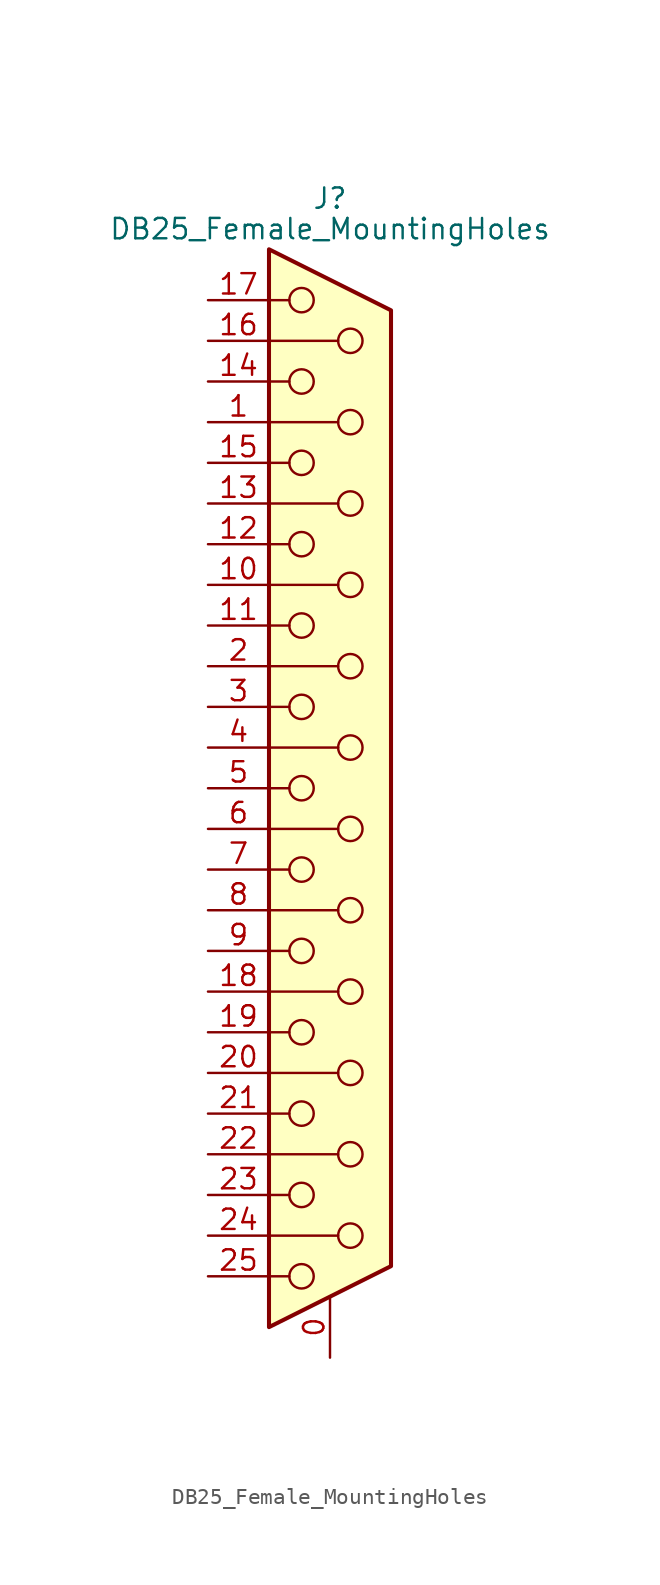
<source format=kicad_sym>
(kicad_symbol_lib
  (version 20211014)
  (generator kicad_symbol_editor)
  (symbol "DB25_Female_MountingHoles"
    (pin_names
      (offset 1.016) hide)
    (property "Reference" "J"
      (at 0 36.83 0)
      (effects (font (size 1.27 1.27))))
    (property "Value" "DB25_Female_MountingHoles"
      (at 0 34.925 0)
      (effects (font (size 1.27 1.27))))
    (symbol "DB25_Female_MountingHoles_0_1"
      (circle (center -1.778 -30.48) (radius 0.762) (stroke (width 0) (type default) (color 0 0 0 0)) (fill (type none)))
      (circle (center -1.778 -25.4) (radius 0.762) (stroke (width 0) (type default) (color 0 0 0 0)) (fill (type none)))
      (circle (center -1.778 -20.32) (radius 0.762) (stroke (width 0) (type default) (color 0 0 0 0)) (fill (type none)))
      (circle (center -1.778 -15.24) (radius 0.762) (stroke (width 0) (type default) (color 0 0 0 0)) (fill (type none)))
      (circle (center -1.778 -10.16) (radius 0.762) (stroke (width 0) (type default) (color 0 0 0 0)) (fill (type none)))
      (circle (center -1.778 -5.08) (radius 0.762) (stroke (width 0) (type default) (color 0 0 0 0)) (fill (type none)))
      (circle (center -1.778 0) (radius 0.762) (stroke (width 0) (type default) (color 0 0 0 0)) (fill (type none)))
      (circle (center -1.778 5.08) (radius 0.762) (stroke (width 0) (type default) (color 0 0 0 0)) (fill (type none)))
      (circle (center -1.778 10.16) (radius 0.762) (stroke (width 0) (type default) (color 0 0 0 0)) (fill (type none)))
      (circle (center -1.778 15.24) (radius 0.762) (stroke (width 0) (type default) (color 0 0 0 0)) (fill (type none)))
      (circle (center -1.778 20.32) (radius 0.762) (stroke (width 0) (type default) (color 0 0 0 0)) (fill (type none)))
      (circle (center -1.778 25.4) (radius 0.762) (stroke (width 0) (type default) (color 0 0 0 0)) (fill (type none)))
      (circle (center -1.778 30.48) (radius 0.762) (stroke (width 0) (type default) (color 0 0 0 0)) (fill (type none)))
      (polyline (pts (xy -3.81 -30.48) (xy -2.54 -30.48)) (stroke (width 0) (type default) (color 0 0 0 0)) (fill (type none)))
      (polyline (pts (xy -3.81 -27.94) (xy 0.508 -27.94)) (stroke (width 0) (type default) (color 0 0 0 0)) (fill (type none)))
      (polyline (pts (xy -3.81 -25.4) (xy -2.54 -25.4)) (stroke (width 0) (type default) (color 0 0 0 0)) (fill (type none)))
      (polyline (pts (xy -3.81 -22.86) (xy 0.508 -22.86)) (stroke (width 0) (type default) (color 0 0 0 0)) (fill (type none)))
      (polyline (pts (xy -3.81 -20.32) (xy -2.54 -20.32)) (stroke (width 0) (type default) (color 0 0 0 0)) (fill (type none)))
      (polyline (pts (xy -3.81 -17.78) (xy 0.508 -17.78)) (stroke (width 0) (type default) (color 0 0 0 0)) (fill (type none)))
      (polyline (pts (xy -3.81 -15.24) (xy -2.54 -15.24)) (stroke (width 0) (type default) (color 0 0 0 0)) (fill (type none)))
      (polyline (pts (xy -3.81 -12.7) (xy 0.508 -12.7)) (stroke (width 0) (type default) (color 0 0 0 0)) (fill (type none)))
      (polyline (pts (xy -3.81 -10.16) (xy -2.54 -10.16)) (stroke (width 0) (type default) (color 0 0 0 0)) (fill (type none)))
      (polyline (pts (xy -3.81 -7.62) (xy 0.508 -7.62)) (stroke (width 0) (type default) (color 0 0 0 0)) (fill (type none)))
      (polyline (pts (xy -3.81 -5.08) (xy -2.54 -5.08)) (stroke (width 0) (type default) (color 0 0 0 0)) (fill (type none)))
      (polyline (pts (xy -3.81 -2.54) (xy 0.508 -2.54)) (stroke (width 0) (type default) (color 0 0 0 0)) (fill (type none)))
      (polyline (pts (xy -3.81 0) (xy -2.54 0)) (stroke (width 0) (type default) (color 0 0 0 0)) (fill (type none)))
      (polyline (pts (xy -3.81 2.54) (xy 0.508 2.54)) (stroke (width 0) (type default) (color 0 0 0 0)) (fill (type none)))
      (polyline (pts (xy -3.81 5.08) (xy -2.54 5.08)) (stroke (width 0) (type default) (color 0 0 0 0)) (fill (type none)))
      (polyline (pts (xy -3.81 7.62) (xy 0.508 7.62)) (stroke (width 0) (type default) (color 0 0 0 0)) (fill (type none)))
      (polyline (pts (xy -3.81 10.16) (xy -2.54 10.16)) (stroke (width 0) (type default) (color 0 0 0 0)) (fill (type none)))
      (polyline (pts (xy -3.81 12.7) (xy 0.508 12.7)) (stroke (width 0) (type default) (color 0 0 0 0)) (fill (type none)))
      (polyline (pts (xy -3.81 15.24) (xy -2.54 15.24)) (stroke (width 0) (type default) (color 0 0 0 0)) (fill (type none)))
      (polyline (pts (xy -3.81 17.78) (xy 0.508 17.78)) (stroke (width 0) (type default) (color 0 0 0 0)) (fill (type none)))
      (polyline (pts (xy -3.81 20.32) (xy -2.54 20.32)) (stroke (width 0) (type default) (color 0 0 0 0)) (fill (type none)))
      (polyline (pts (xy -3.81 22.86) (xy 0.508 22.86)) (stroke (width 0) (type default) (color 0 0 0 0)) (fill (type none)))
      (polyline (pts (xy -3.81 25.4) (xy -2.54 25.4)) (stroke (width 0) (type default) (color 0 0 0 0)) (fill (type none)))
      (polyline (pts (xy -3.81 27.94) (xy 0.508 27.94)) (stroke (width 0) (type default) (color 0 0 0 0)) (fill (type none)))
      (polyline (pts (xy -3.81 30.48) (xy -2.54 30.48)) (stroke (width 0) (type default) (color 0 0 0 0)) (fill (type none)))
      (polyline (pts (xy -3.81 33.655) (xy 3.81 29.845) (xy 3.81 -29.845) (xy -3.81 -33.655) (xy -3.81 33.655)) (stroke (width 0.254) (type default) (color 0 0 0 0)) (fill (type background)))
      (circle (center 1.27 -27.94) (radius 0.762) (stroke (width 0) (type default) (color 0 0 0 0)) (fill (type none)))
      (circle (center 1.27 -22.86) (radius 0.762) (stroke (width 0) (type default) (color 0 0 0 0)) (fill (type none)))
      (circle (center 1.27 -17.78) (radius 0.762) (stroke (width 0) (type default) (color 0 0 0 0)) (fill (type none)))
      (circle (center 1.27 -12.7) (radius 0.762) (stroke (width 0) (type default) (color 0 0 0 0)) (fill (type none)))
      (circle (center 1.27 -7.62) (radius 0.762) (stroke (width 0) (type default) (color 0 0 0 0)) (fill (type none)))
      (circle (center 1.27 -2.54) (radius 0.762) (stroke (width 0) (type default) (color 0 0 0 0)) (fill (type none)))
      (circle (center 1.27 2.54) (radius 0.762) (stroke (width 0) (type default) (color 0 0 0 0)) (fill (type none)))
      (circle (center 1.27 7.62) (radius 0.762) (stroke (width 0) (type default) (color 0 0 0 0)) (fill (type none)))
      (circle (center 1.27 12.7) (radius 0.762) (stroke (width 0) (type default) (color 0 0 0 0)) (fill (type none)))
      (circle (center 1.27 17.78) (radius 0.762) (stroke (width 0) (type default) (color 0 0 0 0)) (fill (type none)))
      (circle (center 1.27 22.86) (radius 0.762) (stroke (width 0) (type default) (color 0 0 0 0)) (fill (type none)))
      (circle (center 1.27 27.94) (radius 0.762) (stroke (width 0) (type default) (color 0 0 0 0)) (fill (type none))))
    (symbol "DB25_Female_MountingHoles_1_1"
      (pin passive line (at 0 -35.56 90) (length 3.81) (name "PAD" (effects (font (size 1.27 1.27)))) (number "0" (effects (font (size 1.27 1.27)))))
      (pin passive line (at -7.62 22.86 0) (length 3.81) (name "1" (effects (font (size 1.27 1.27)))) (number "1" (effects (font (size 1.27 1.27)))))
      (pin passive line (at -7.62 12.7 0) (length 3.81) (name "10" (effects (font (size 1.27 1.27)))) (number "10" (effects (font (size 1.27 1.27)))))
      (pin passive line (at -7.62 10.16 0) (length 3.81) (name "11" (effects (font (size 1.27 1.27)))) (number "11" (effects (font (size 1.27 1.27)))))
      (pin passive line (at -7.62 15.24 0) (length 3.81) (name "12" (effects (font (size 1.27 1.27)))) (number "12" (effects (font (size 1.27 1.27)))))
      (pin passive line (at -7.62 17.78 0) (length 3.81) (name "13" (effects (font (size 1.27 1.27)))) (number "13" (effects (font (size 1.27 1.27)))))
      (pin passive line (at -7.62 25.4 0) (length 3.81) (name "P14" (effects (font (size 1.27 1.27)))) (number "14" (effects (font (size 1.27 1.27)))))
      (pin passive line (at -7.62 20.32 0) (length 3.81) (name "P15" (effects (font (size 1.27 1.27)))) (number "15" (effects (font (size 1.27 1.27)))))
      (pin passive line (at -7.62 27.94 0) (length 3.81) (name "P16" (effects (font (size 1.27 1.27)))) (number "16" (effects (font (size 1.27 1.27)))))
      (pin passive line (at -7.62 30.48 0) (length 3.81) (name "P17" (effects (font (size 1.27 1.27)))) (number "17" (effects (font (size 1.27 1.27)))))
      (pin passive line (at -7.62 -12.7 0) (length 3.81) (name "P18" (effects (font (size 1.27 1.27)))) (number "18" (effects (font (size 1.27 1.27)))))
      (pin passive line (at -7.62 -15.24 0) (length 3.81) (name "P19" (effects (font (size 1.27 1.27)))) (number "19" (effects (font (size 1.27 1.27)))))
      (pin passive line (at -7.62 7.62 0) (length 3.81) (name "2" (effects (font (size 1.27 1.27)))) (number "2" (effects (font (size 1.27 1.27)))))
      (pin passive line (at -7.62 -17.78 0) (length 3.81) (name "P20" (effects (font (size 1.27 1.27)))) (number "20" (effects (font (size 1.27 1.27)))))
      (pin passive line (at -7.62 -20.32 0) (length 3.81) (name "P21" (effects (font (size 1.27 1.27)))) (number "21" (effects (font (size 1.27 1.27)))))
      (pin passive line (at -7.62 -22.86 0) (length 3.81) (name "P22" (effects (font (size 1.27 1.27)))) (number "22" (effects (font (size 1.27 1.27)))))
      (pin passive line (at -7.62 -25.4 0) (length 3.81) (name "P23" (effects (font (size 1.27 1.27)))) (number "23" (effects (font (size 1.27 1.27)))))
      (pin passive line (at -7.62 -27.94 0) (length 3.81) (name "P24" (effects (font (size 1.27 1.27)))) (number "24" (effects (font (size 1.27 1.27)))))
      (pin passive line (at -7.62 -30.48 0) (length 3.81) (name "P25" (effects (font (size 1.27 1.27)))) (number "25" (effects (font (size 1.27 1.27)))))
      (pin passive line (at -7.62 5.08 0) (length 3.81) (name "3" (effects (font (size 1.27 1.27)))) (number "3" (effects (font (size 1.27 1.27)))))
      (pin passive line (at -7.62 2.54 0) (length 3.81) (name "4" (effects (font (size 1.27 1.27)))) (number "4" (effects (font (size 1.27 1.27)))))
      (pin passive line (at -7.62 0 0) (length 3.81) (name "5" (effects (font (size 1.27 1.27)))) (number "5" (effects (font (size 1.27 1.27)))))
      (pin passive line (at -7.62 -2.54 0) (length 3.81) (name "6" (effects (font (size 1.27 1.27)))) (number "6" (effects (font (size 1.27 1.27)))))
      (pin passive line (at -7.62 -5.08 0) (length 3.81) (name "7" (effects (font (size 1.27 1.27)))) (number "7" (effects (font (size 1.27 1.27)))))
      (pin passive line (at -7.62 -7.62 0) (length 3.81) (name "8" (effects (font (size 1.27 1.27)))) (number "8" (effects (font (size 1.27 1.27)))))
      (pin passive line (at -7.62 -10.16 0) (length 3.81) (name "9" (effects (font (size 1.27 1.27)))) (number "9" (effects (font (size 1.27 1.27))))))))
</source>
